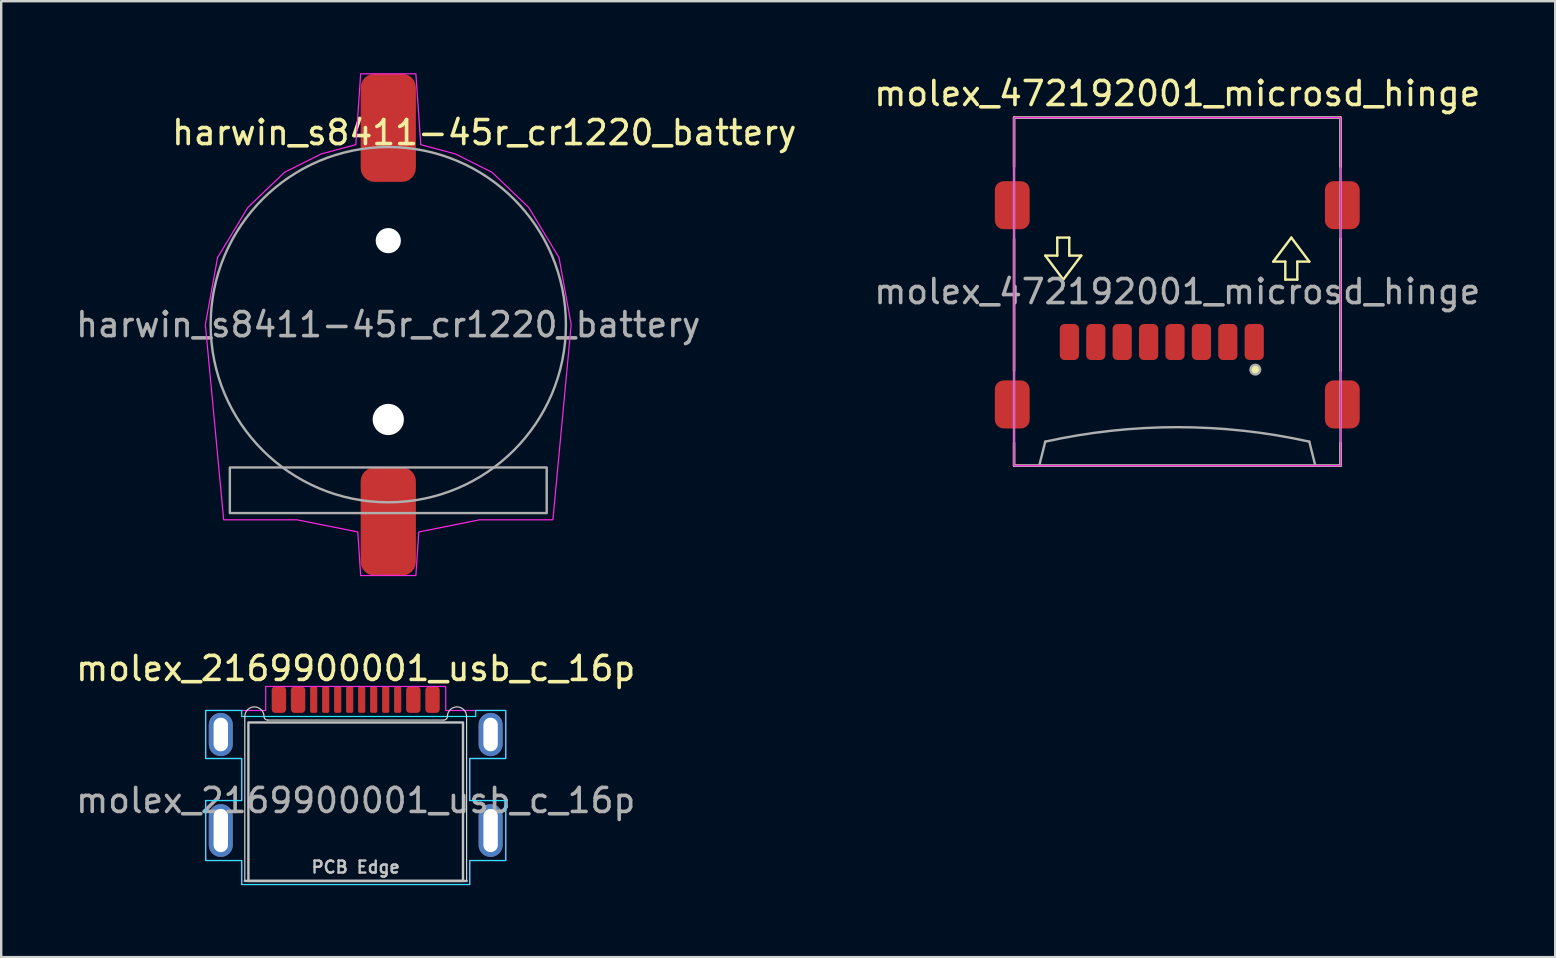
<source format=kicad_pcb>
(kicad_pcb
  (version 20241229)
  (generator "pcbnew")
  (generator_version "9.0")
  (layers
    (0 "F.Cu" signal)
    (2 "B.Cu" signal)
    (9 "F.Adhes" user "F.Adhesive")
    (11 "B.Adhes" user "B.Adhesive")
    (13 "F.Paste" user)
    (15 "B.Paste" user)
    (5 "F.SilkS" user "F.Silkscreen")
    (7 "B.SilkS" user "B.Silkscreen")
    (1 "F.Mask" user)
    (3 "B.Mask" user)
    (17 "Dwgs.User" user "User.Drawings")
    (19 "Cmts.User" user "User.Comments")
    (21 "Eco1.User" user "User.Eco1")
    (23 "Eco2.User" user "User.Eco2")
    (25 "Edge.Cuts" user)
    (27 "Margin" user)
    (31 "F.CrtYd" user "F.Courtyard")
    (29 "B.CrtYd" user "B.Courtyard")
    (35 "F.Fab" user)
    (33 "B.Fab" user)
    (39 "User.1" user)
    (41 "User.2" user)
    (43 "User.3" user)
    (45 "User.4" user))
  (footprint "molex_472192001_microsd_hinge"
    (layer "F.Cu")
    (at 45.994 9.098)
    (property "Reference" "molex_472192001_microsd_hinge" (at 0 -8.25 0) (unlocked yes) (layer "F.SilkS") (effects (font (size 1 1) (thickness 0.15))))
    (attr smd)
    (fp_line (start -6.8 -7.25) (end -6.8 -5.2) (stroke (width 0.1) (type default)) (layer "F.SilkS"))
    (fp_line (start -6.8 -7.25) (end 6.8 -7.25) (stroke (width 0.1) (type default)) (layer "F.SilkS"))
    (fp_line (start -6.8 -2.2) (end -6.8 3.3) (stroke (width 0.1) (type default)) (layer "F.SilkS"))
    (fp_line (start -6.8 7.25) (end -6.8 6.3) (stroke (width 0.1) (type default)) (layer "F.SilkS"))
    (fp_line (start -6.8 7.25) (end 6.8 7.25) (stroke (width 0.1) (type default)) (layer "F.SilkS"))
    (fp_line (start -5.5 -1.5) (end -4.75 -0.5) (stroke (width 0.1) (type default)) (layer "F.SilkS"))
    (fp_line (start -5 -2.25) (end -5 -1.5) (stroke (width 0.1) (type default)) (layer "F.SilkS"))
    (fp_line (start -5 -1.5) (end -5.5 -1.5) (stroke (width 0.1) (type default)) (layer "F.SilkS"))
    (fp_line (start -4.75 -0.5) (end -4 -1.5) (stroke (width 0.1) (type default)) (layer "F.SilkS"))
    (fp_line (start -4.5 -2.25) (end -5 -2.25) (stroke (width 0.1) (type default)) (layer "F.SilkS"))
    (fp_line (start -4.5 -1.5) (end -4.5 -2.25) (stroke (width 0.1) (type default)) (layer "F.SilkS"))
    (fp_line (start -4 -1.5) (end -4.5 -1.5) (stroke (width 0.1) (type default)) (layer "F.SilkS"))
    (fp_line (start 4 -1.25) (end 4.5 -1.25) (stroke (width 0.1) (type default)) (layer "F.SilkS"))
    (fp_line (start 4.5 -1.25) (end 4.5 -0.5) (stroke (width 0.1) (type default)) (layer "F.SilkS"))
    (fp_line (start 4.5 -0.5) (end 5 -0.5) (stroke (width 0.1) (type default)) (layer "F.SilkS"))
    (fp_line (start 4.75 -2.25) (end 4 -1.25) (stroke (width 0.1) (type default)) (layer "F.SilkS"))
    (fp_line (start 5 -1.25) (end 5.5 -1.25) (stroke (width 0.1) (type default)) (layer "F.SilkS"))
    (fp_line (start 5 -0.5) (end 5 -1.25) (stroke (width 0.1) (type default)) (layer "F.SilkS"))
    (fp_line (start 5.5 -1.25) (end 4.75 -2.25) (stroke (width 0.1) (type default)) (layer "F.SilkS"))
    (fp_line (start 6.8 -5.2) (end 6.8 -7.25) (stroke (width 0.1) (type default)) (layer "F.SilkS"))
    (fp_line (start 6.8 -2.2) (end 6.8 3.3) (stroke (width 0.1) (type default)) (layer "F.SilkS"))
    (fp_line (start 6.8 7.25) (end 6.8 6.3) (stroke (width 0.1) (type default)) (layer "F.SilkS"))
    (fp_circle (center 3.25 3.25) (end 3.45 3.25) (stroke (width 0) (type solid)) (fill yes) (layer "F.SilkS"))
    (fp_poly (pts (xy -6.8 -7.25) (xy 6.8 -7.25) (xy 6.8 7.25) (xy -6.8 7.25)) (stroke (width 0.05) (type solid)) (fill no) (layer "F.CrtYd"))
    (fp_line (start -5.75 7.25) (end -5.5 6.25) (stroke (width 0.1) (type default)) (layer "F.Fab"))
    (fp_line (start 5.75 7.25) (end 5.5 6.25) (stroke (width 0.1) (type default)) (layer "F.Fab"))
    (fp_rect (start -6.8 -7.25) (end 6.8 7.25) (stroke (width 0.1) (type default)) (fill no) (layer "F.Fab"))
    (fp_arc (start -5.5 6.25) (mid 0 5.647652) (end 5.5 6.25) (stroke (width 0.1) (type default)) (layer "F.Fab"))
    (fp_circle (center 3.25 3.25) (end 3.45 3.25) (stroke (width 0.1) (type solid)) (fill no) (layer "F.Fab"))
    (fp_text user "${REFERENCE}" (at 0 0 0) (unlocked yes) (layer "F.Fab") (effects (font (size 1 1) (thickness 0.15))))
    (pad "1" smd roundrect (at 3.205 2.1) (size 0.8 1.5) (layers "F.Cu" "F.Mask" "F.Paste") (roundrect_rratio 0.25))
    (pad "2" smd roundrect (at 2.105 2.1) (size 0.8 1.5) (layers "F.Cu" "F.Mask" "F.Paste") (roundrect_rratio 0.25))
    (pad "3" smd roundrect (at 1.005 2.1) (size 0.8 1.5) (layers "F.Cu" "F.Mask" "F.Paste") (roundrect_rratio 0.25))
    (pad "4" smd roundrect (at -0.095 2.1) (size 0.8 1.5) (layers "F.Cu" "F.Mask" "F.Paste") (roundrect_rratio 0.25))
    (pad "5" smd roundrect (at -1.195 2.1) (size 0.8 1.5) (layers "F.Cu" "F.Mask" "F.Paste") (roundrect_rratio 0.25))
    (pad "6" smd roundrect (at -2.295 2.1) (size 0.8 1.5) (layers "F.Cu" "F.Mask" "F.Paste") (roundrect_rratio 0.25))
    (pad "7" smd roundrect (at -3.395 2.1) (size 0.8 1.5) (layers "F.Cu" "F.Mask" "F.Paste") (roundrect_rratio 0.25))
    (pad "8" smd roundrect (at -4.495 2.1) (size 0.8 1.5) (layers "F.Cu" "F.Mask" "F.Paste") (roundrect_rratio 0.25))
    (pad "G1" smd roundrect (at 6.875 4.7) (size 1.45 2) (layers "F.Cu" "F.Mask" "F.Paste") (roundrect_rratio 0.25))
    (pad "G2" smd roundrect (at 6.875 -3.6) (size 1.45 2) (layers "F.Cu" "F.Mask" "F.Paste") (roundrect_rratio 0.25))
    (pad "G3" smd roundrect (at -6.875 -3.6) (size 1.45 2) (layers "F.Cu" "F.Mask" "F.Paste") (roundrect_rratio 0.25))
    (pad "G4" smd roundrect (at -6.875 4.7) (size 1.45 2) (layers "F.Cu" "F.Mask" "F.Paste") (roundrect_rratio 0.25)))
  (footprint "harwin_s8411-45r_cr1220_battery"
    (layer "F.Cu")
    (at 13.125 10.475)
    (property "Reference" "harwin_s8411-45r_cr1220_battery" (at 4 -8 0) (unlocked yes) (layer "F.SilkS") (effects (font (size 1 1) (thickness 0.15))))
    (attr smd)
    (fp_poly (pts (xy 7.62 0) (xy 6.858 8.128) (xy 3.81 8.128) (xy 1.27 8.636) (xy 1.15 10.45) (xy -1.15 10.45) (xy -1.27 8.636) (xy -3.81 8.128) (xy -6.858 8.128) (xy -7.62 0) (xy -7.112 -2.794) (xy -5.847 -4.887) (xy -4.318 -6.35) (xy -2.794 -7.112) (xy -1.352 -7.499) (xy -1.15 -10.45) (xy 1.15 -10.45) (xy 1.352 -7.499) (xy 2.794 -7.112) (xy 4.318 -6.35) (xy 5.847 -4.887) (xy 7.112 -2.794)) (stroke (width 0.05) (type solid)) (fill no) (layer "F.CrtYd"))
    (fp_rect (start -6.6 5.95) (end 6.6 7.85) (stroke (width 0.1) (type default)) (fill no) (layer "F.Fab"))
    (fp_circle (center 0 0) (end 7.4 0) (stroke (width 0.1) (type default)) (fill no) (layer "F.Fab"))
    (fp_text user "${REFERENCE}" (at 0 0 0) (unlocked yes) (layer "F.Fab") (effects (font (size 1 1) (thickness 0.15))))
    (pad "" np_thru_hole circle (at 0 -3.5) (size 1.05 1.05) (drill 1.05) (layers "*.Cu" "*.Mask"))
    (pad "" np_thru_hole circle (at 0 3.95) (size 1.3 1.3) (drill 1.3) (layers "*.Cu" "*.Mask"))
    (pad "1" smd roundrect (at 0 -8.2) (size 2.3 4.5) (layers "F.Cu" "F.Mask" "F.Paste") (roundrect_rratio 0.25))
    (pad "2" smd roundrect (at 0 8.2) (size 2.3 4.5) (layers "F.Cu" "F.Mask" "F.Paste") (roundrect_rratio 0.25)))
  (footprint "molex_2169900001_usb_c_16p"
    (layer "F.Cu")
    (at 11.768 30.298)
    (property "Reference" "molex_2169900001_usb_c_16p" (at 0 -5.5 0) (unlocked yes) (layer "F.SilkS") (effects (font (size 1 1) (thickness 0.15))))
    (attr smd)
    (fp_line (start 4.62 3.35) (end -4.62 3.35) (stroke (width 0.1) (type solid)) (layer "Dwgs.User"))
    (fp_rect (start -4.47 -3.25) (end 4.47 3.35) (stroke (width 0.1) (type solid)) (fill no) (layer "Dwgs.User"))
    (fp_line (start -4.62 3.35) (end -4.62 -3.5) (stroke (width 0.05) (type default)) (layer "Edge.Cuts"))
    (fp_line (start -3.67 -3.35) (end 3.67 -3.35) (stroke (width 0.05) (type default)) (layer "Edge.Cuts"))
    (fp_line (start 4.62 -3.5) (end 4.62 3.35) (stroke (width 0.05) (type default)) (layer "Edge.Cuts"))
    (fp_arc (start -4.62 -3.5) (mid -4.22 -3.9) (end -3.82 -3.5) (stroke (width 0.05) (type solid)) (layer "Edge.Cuts"))
    (fp_arc (start -3.67 -3.35) (mid -3.776066 -3.393934) (end -3.82 -3.5) (stroke (width 0.05) (type default)) (layer "Edge.Cuts"))
    (fp_arc (start 3.82 -3.5) (mid 3.776066 -3.393934) (end 3.67 -3.35) (stroke (width 0.05) (type default)) (layer "Edge.Cuts"))
    (fp_arc (start 3.82 -3.5) (mid 4.22 -3.9) (end 4.62 -3.5) (stroke (width 0.05) (type solid)) (layer "Edge.Cuts"))
    (fp_poly (pts (xy -6.25 -3.75) (xy -4.75 -3.75) (xy -4.75 -3.5) (xy 5 -3.5) (xy 5 -3.75) (xy 6.25 -3.75) (xy 6.25 -1.75) (xy 4.75 -1.75) (xy 4.75 0) (xy 6.25 0) (xy 6.25 2.5) (xy 4.75 2.5) (xy 4.75 3.5) (xy -4.75 3.5) (xy -4.75 2.5) (xy -6.25 2.5) (xy -6.25 0) (xy -4.75 0) (xy -4.75 -1.75) (xy -6.25 -1.75)) (stroke (width 0.05) (type solid)) (fill no) (layer "B.CrtYd"))
    (fp_poly (pts (xy -3.75 -3.75) (xy -6.25 -3.75) (xy -6.25 -1.75) (xy -4.75 -1.75) (xy -4.75 0) (xy -6.25 0) (xy -6.25 2.5) (xy -4.75 2.5) (xy -4.75 3.5) (xy 4.75 3.5) (xy 4.75 2.5) (xy 6.25 2.5) (xy 6.25 0) (xy 4.75 0) (xy 4.75 -1.75) (xy 6.25 -1.75) (xy 6.25 -3.75) (xy 3.75 -3.75) (xy 3.75 -4.75) (xy -3.75 -4.75)) (stroke (width 0.05) (type solid)) (fill no) (layer "F.CrtYd"))
    (fp_text user "PCB Edge" (at 0 2.775 0) (unlocked yes) (layer "Dwgs.User") (effects (font (size 0.5 0.5) (thickness 0.1))))
    (fp_text user "${REFERENCE}" (at 0 0 0) (unlocked yes) (layer "F.Fab") (effects (font (size 1 1) (thickness 0.15))))
    (pad "A1/B12" smd roundrect (at -3.2 -4.2) (size 0.6 1.1) (layers "F.Cu" "F.Mask" "F.Paste") (roundrect_rratio 0.25))
    (pad "A4/B9" smd roundrect (at -2.4 -4.2) (size 0.6 1.1) (layers "F.Cu" "F.Mask" "F.Paste") (roundrect_rratio 0.25))
    (pad "A5" smd roundrect (at -1.25 -4.2) (size 0.3 1.1) (layers "F.Cu" "F.Mask" "F.Paste") (roundrect_rratio 0.25))
    (pad "A6" smd roundrect (at -0.25 -4.2) (size 0.3 1.1) (layers "F.Cu" "F.Mask" "F.Paste") (roundrect_rratio 0.25))
    (pad "A7" smd roundrect (at 0.25 -4.2) (size 0.3 1.1) (layers "F.Cu" "F.Mask" "F.Paste") (roundrect_rratio 0.25))
    (pad "A8" smd roundrect (at 1.25 -4.2) (size 0.3 1.1) (layers "F.Cu" "F.Mask" "F.Paste") (roundrect_rratio 0.25))
    (pad "B1/A12" smd roundrect (at 3.2 -4.2) (size 0.6 1.1) (layers "F.Cu" "F.Mask" "F.Paste") (roundrect_rratio 0.25))
    (pad "B4/A9" smd roundrect (at 2.4 -4.2) (size 0.6 1.1) (layers "F.Cu" "F.Mask" "F.Paste") (roundrect_rratio 0.25))
    (pad "B5" smd roundrect (at 1.75 -4.2) (size 0.3 1.1) (layers "F.Cu" "F.Mask" "F.Paste") (roundrect_rratio 0.25))
    (pad "B6" smd roundrect (at 0.75 -4.2) (size 0.3 1.1) (layers "F.Cu" "F.Mask" "F.Paste") (roundrect_rratio 0.25))
    (pad "B7" smd roundrect (at -0.75 -4.2) (size 0.3 1.1) (layers "F.Cu" "F.Mask" "F.Paste") (roundrect_rratio 0.25))
    (pad "B8" smd roundrect (at -1.75 -4.2) (size 0.3 1.1) (layers "F.Cu" "F.Mask" "F.Paste") (roundrect_rratio 0.25))
    (pad "S1" thru_hole oval (at -5.62 -2.75) (size 1 1.8) (drill oval 0.6 1.4) (layers "*.Cu" "*.Mask" "F.Paste"))
    (pad "S1" thru_hole oval (at -5.62 1.25) (size 1 2.2) (drill oval 0.6 1.8) (layers "*.Cu" "*.Mask" "F.Paste"))
    (pad "S1" thru_hole oval (at 5.62 -2.75) (size 1 1.8) (drill oval 0.6 1.4) (layers "*.Cu" "*.Mask" "F.Paste"))
    (pad "S1" thru_hole oval (at 5.62 1.25) (size 1 2.2) (drill oval 0.6 1.8) (layers "*.Cu" "*.Mask" "F.Paste")))
  (gr_rect
    (start -3 -3)
    (end 61.738 36.823)
    (stroke (width 0.1) (type default))
    (fill no)
    (layer "Edge.Cuts")))
</source>
